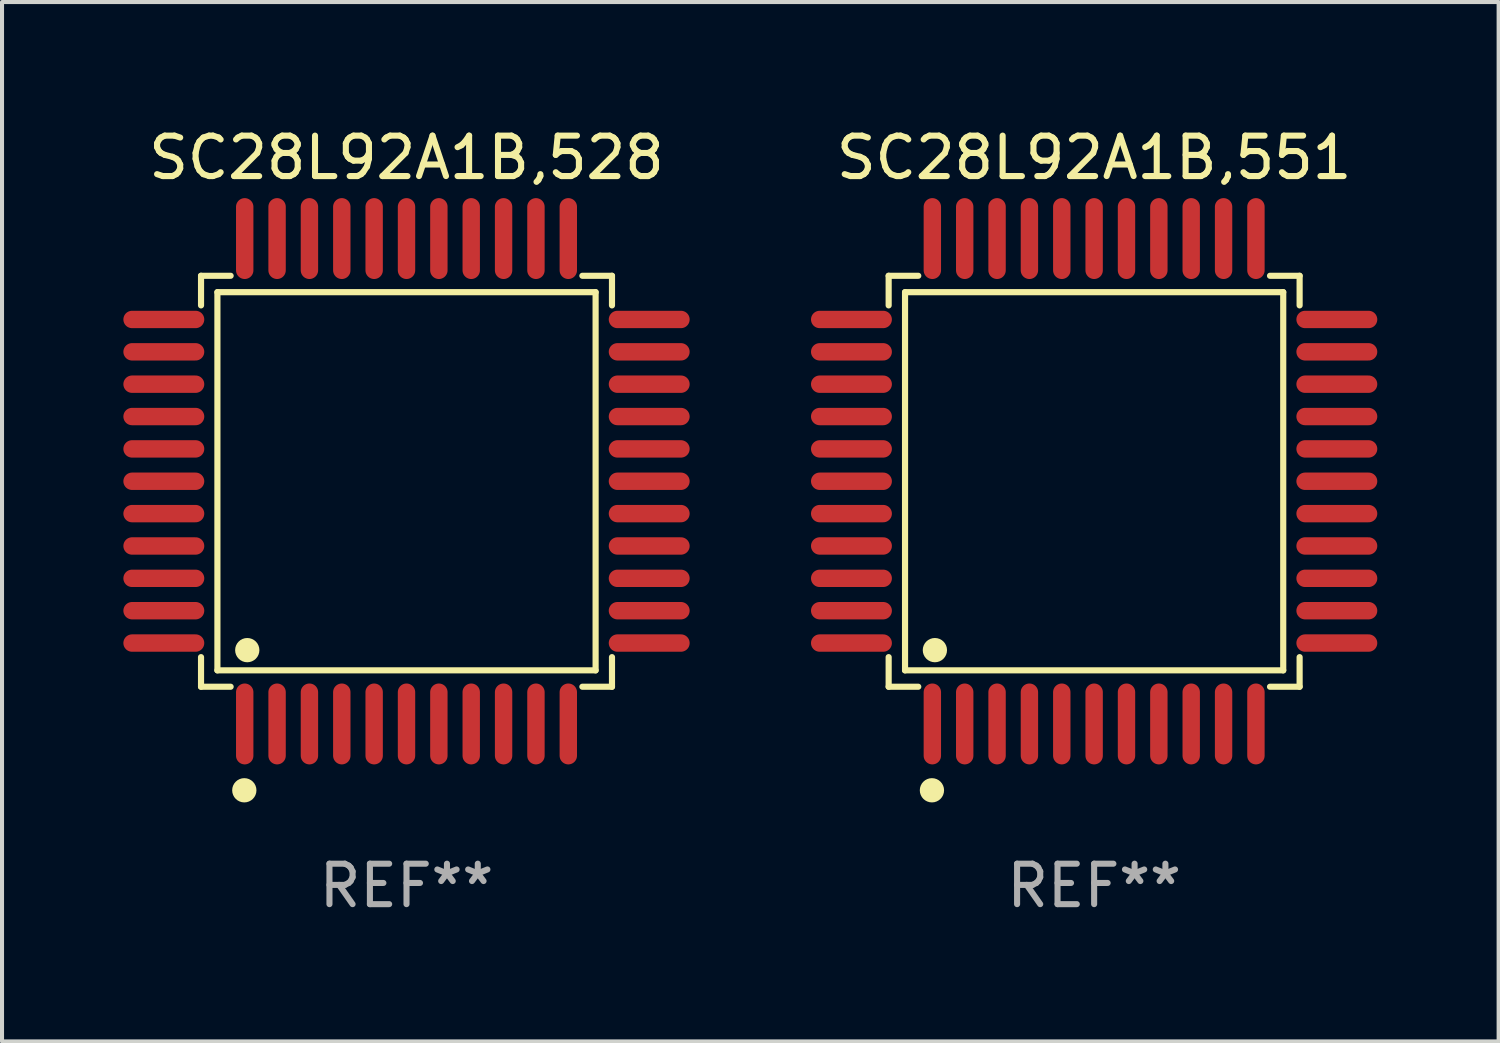
<source format=kicad_pcb>
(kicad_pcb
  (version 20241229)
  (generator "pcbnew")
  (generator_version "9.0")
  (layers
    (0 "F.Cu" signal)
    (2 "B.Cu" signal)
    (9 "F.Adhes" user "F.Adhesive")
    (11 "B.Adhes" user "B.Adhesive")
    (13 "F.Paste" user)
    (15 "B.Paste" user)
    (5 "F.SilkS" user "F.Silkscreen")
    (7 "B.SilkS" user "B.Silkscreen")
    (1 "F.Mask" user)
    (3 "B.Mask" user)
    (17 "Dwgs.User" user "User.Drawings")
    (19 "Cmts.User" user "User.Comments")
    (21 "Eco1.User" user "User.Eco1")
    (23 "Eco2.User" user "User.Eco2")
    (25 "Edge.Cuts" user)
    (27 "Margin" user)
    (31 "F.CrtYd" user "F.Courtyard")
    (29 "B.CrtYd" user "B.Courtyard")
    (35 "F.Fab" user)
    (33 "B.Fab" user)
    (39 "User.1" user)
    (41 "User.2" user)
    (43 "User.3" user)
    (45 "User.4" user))
  (footprint "SC28L92A1B,528"
    (layer "F.Cu")
    (at 7 8.848)
    (property "Reference" "SC28L92A1B,528" (at 0 -8 0) (layer "F.SilkS") (effects (font (size 1 1) (thickness 0.15))))
    (attr through_hole)
    (fp_line (start -5.08 -5.08) (end -4.348 -5.08) (stroke (width 0.152) (type solid)) (layer "F.SilkS"))
    (fp_line (start -5.08 -4.348) (end -5.08 -5.08) (stroke (width 0.152) (type solid)) (layer "F.SilkS"))
    (fp_line (start -5.08 4.348) (end -5.08 5.08) (stroke (width 0.152) (type solid)) (layer "F.SilkS"))
    (fp_line (start -5.08 5.08) (end -4.348 5.08) (stroke (width 0.152) (type solid)) (layer "F.SilkS"))
    (fp_line (start -4.675 -4.675) (end 4.675 -4.675) (stroke (width 0.152) (type solid)) (layer "F.SilkS"))
    (fp_line (start -4.675 4.675) (end -4.675 -4.675) (stroke (width 0.152) (type solid)) (layer "F.SilkS"))
    (fp_line (start 4.675 -4.675) (end 4.675 4.675) (stroke (width 0.152) (type solid)) (layer "F.SilkS"))
    (fp_line (start 4.675 4.675) (end -4.675 4.675) (stroke (width 0.152) (type solid)) (layer "F.SilkS"))
    (fp_line (start 5.08 -5.08) (end 4.348 -5.08) (stroke (width 0.152) (type solid)) (layer "F.SilkS"))
    (fp_line (start 5.08 -4.348) (end 5.08 -5.08) (stroke (width 0.152) (type solid)) (layer "F.SilkS"))
    (fp_line (start 5.08 4.348) (end 5.08 5.08) (stroke (width 0.152) (type solid)) (layer "F.SilkS"))
    (fp_line (start 5.08 5.08) (end 4.348 5.08) (stroke (width 0.152) (type solid)) (layer "F.SilkS"))
    (fp_circle (center -4.01 7.64) (end -3.86 7.64) (stroke (width 0.3) (type solid)) (fill no) (layer "F.SilkS"))
    (fp_circle (center -3.937 4.175) (end -3.787 4.175) (stroke (width 0.3) (type solid)) (fill no) (layer "F.SilkS"))
    (fp_text user "REF**" (at 0 10 0) (layer "F.Fab") (effects (font (size 1 1) (thickness 0.15))))
    (pad "1" smd oval (at -4 6) (size 0.43 2) (layers "F.Cu" "F.Mask" "F.Paste"))
    (pad "2" smd oval (at -3.2 6) (size 0.43 2) (layers "F.Cu" "F.Mask" "F.Paste"))
    (pad "3" smd oval (at -2.4 6) (size 0.43 2) (layers "F.Cu" "F.Mask" "F.Paste"))
    (pad "4" smd oval (at -1.6 6) (size 0.43 2) (layers "F.Cu" "F.Mask" "F.Paste"))
    (pad "5" smd oval (at -0.8 6) (size 0.43 2) (layers "F.Cu" "F.Mask" "F.Paste"))
    (pad "6" smd oval (at 0 6) (size 0.43 2) (layers "F.Cu" "F.Mask" "F.Paste"))
    (pad "7" smd oval (at 0.8 6) (size 0.43 2) (layers "F.Cu" "F.Mask" "F.Paste"))
    (pad "8" smd oval (at 1.6 6) (size 0.43 2) (layers "F.Cu" "F.Mask" "F.Paste"))
    (pad "9" smd oval (at 2.4 6) (size 0.43 2) (layers "F.Cu" "F.Mask" "F.Paste"))
    (pad "10" smd oval (at 3.2 6) (size 0.43 2) (layers "F.Cu" "F.Mask" "F.Paste"))
    (pad "11" smd oval (at 4 6) (size 0.43 2) (layers "F.Cu" "F.Mask" "F.Paste"))
    (pad "12" smd oval (at 6 4) (size 2 0.43) (layers "F.Cu" "F.Mask" "F.Paste"))
    (pad "13" smd oval (at 6 3.2) (size 2 0.43) (layers "F.Cu" "F.Mask" "F.Paste"))
    (pad "14" smd oval (at 6 2.4) (size 2 0.43) (layers "F.Cu" "F.Mask" "F.Paste"))
    (pad "15" smd oval (at 6 1.6) (size 2 0.43) (layers "F.Cu" "F.Mask" "F.Paste"))
    (pad "16" smd oval (at 6 0.8) (size 2 0.43) (layers "F.Cu" "F.Mask" "F.Paste"))
    (pad "17" smd oval (at 6 0) (size 2 0.43) (layers "F.Cu" "F.Mask" "F.Paste"))
    (pad "18" smd oval (at 6 -0.8) (size 2 0.43) (layers "F.Cu" "F.Mask" "F.Paste"))
    (pad "19" smd oval (at 6 -1.6) (size 2 0.43) (layers "F.Cu" "F.Mask" "F.Paste"))
    (pad "20" smd oval (at 6 -2.4) (size 2 0.43) (layers "F.Cu" "F.Mask" "F.Paste"))
    (pad "21" smd oval (at 6 -3.2) (size 2 0.43) (layers "F.Cu" "F.Mask" "F.Paste"))
    (pad "22" smd oval (at 6 -4) (size 2 0.43) (layers "F.Cu" "F.Mask" "F.Paste"))
    (pad "23" smd oval (at 4 -6) (size 0.43 2) (layers "F.Cu" "F.Mask" "F.Paste"))
    (pad "24" smd oval (at 3.2 -6) (size 0.43 2) (layers "F.Cu" "F.Mask" "F.Paste"))
    (pad "25" smd oval (at 2.4 -6) (size 0.43 2) (layers "F.Cu" "F.Mask" "F.Paste"))
    (pad "26" smd oval (at 1.6 -6) (size 0.43 2) (layers "F.Cu" "F.Mask" "F.Paste"))
    (pad "27" smd oval (at 0.8 -6) (size 0.43 2) (layers "F.Cu" "F.Mask" "F.Paste"))
    (pad "28" smd oval (at 0 -6) (size 0.43 2) (layers "F.Cu" "F.Mask" "F.Paste"))
    (pad "29" smd oval (at -0.8 -6) (size 0.43 2) (layers "F.Cu" "F.Mask" "F.Paste"))
    (pad "30" smd oval (at -1.6 -6) (size 0.43 2) (layers "F.Cu" "F.Mask" "F.Paste"))
    (pad "31" smd oval (at -2.4 -6) (size 0.43 2) (layers "F.Cu" "F.Mask" "F.Paste"))
    (pad "32" smd oval (at -3.2 -6) (size 0.43 2) (layers "F.Cu" "F.Mask" "F.Paste"))
    (pad "33" smd oval (at -4 -6) (size 0.43 2) (layers "F.Cu" "F.Mask" "F.Paste"))
    (pad "34" smd oval (at -6 -4) (size 2 0.43) (layers "F.Cu" "F.Mask" "F.Paste"))
    (pad "35" smd oval (at -6 -3.2) (size 2 0.43) (layers "F.Cu" "F.Mask" "F.Paste"))
    (pad "36" smd oval (at -6 -2.4) (size 2 0.43) (layers "F.Cu" "F.Mask" "F.Paste"))
    (pad "37" smd oval (at -6 -1.6) (size 2 0.43) (layers "F.Cu" "F.Mask" "F.Paste"))
    (pad "38" smd oval (at -6 -0.8) (size 2 0.43) (layers "F.Cu" "F.Mask" "F.Paste"))
    (pad "39" smd oval (at -6 0) (size 2 0.43) (layers "F.Cu" "F.Mask" "F.Paste"))
    (pad "40" smd oval (at -6 0.8) (size 2 0.43) (layers "F.Cu" "F.Mask" "F.Paste"))
    (pad "41" smd oval (at -6 1.6) (size 2 0.43) (layers "F.Cu" "F.Mask" "F.Paste"))
    (pad "42" smd oval (at -6 2.4) (size 2 0.43) (layers "F.Cu" "F.Mask" "F.Paste"))
    (pad "43" smd oval (at -6 3.2) (size 2 0.43) (layers "F.Cu" "F.Mask" "F.Paste"))
    (pad "44" smd oval (at -6 4) (size 2 0.43) (layers "F.Cu" "F.Mask" "F.Paste")))
  (footprint "SC28L92A1B,551"
    (layer "F.Cu")
    (at 24 8.848)
    (property "Reference" "SC28L92A1B,551" (at 0 -8 0) (layer "F.SilkS") (effects (font (size 1 1) (thickness 0.15))))
    (attr through_hole)
    (fp_line (start -5.08 -5.08) (end -4.348 -5.08) (stroke (width 0.152) (type solid)) (layer "F.SilkS"))
    (fp_line (start -5.08 -4.348) (end -5.08 -5.08) (stroke (width 0.152) (type solid)) (layer "F.SilkS"))
    (fp_line (start -5.08 4.348) (end -5.08 5.08) (stroke (width 0.152) (type solid)) (layer "F.SilkS"))
    (fp_line (start -5.08 5.08) (end -4.348 5.08) (stroke (width 0.152) (type solid)) (layer "F.SilkS"))
    (fp_line (start -4.675 -4.675) (end 4.675 -4.675) (stroke (width 0.152) (type solid)) (layer "F.SilkS"))
    (fp_line (start -4.675 4.675) (end -4.675 -4.675) (stroke (width 0.152) (type solid)) (layer "F.SilkS"))
    (fp_line (start 4.675 -4.675) (end 4.675 4.675) (stroke (width 0.152) (type solid)) (layer "F.SilkS"))
    (fp_line (start 4.675 4.675) (end -4.675 4.675) (stroke (width 0.152) (type solid)) (layer "F.SilkS"))
    (fp_line (start 5.08 -5.08) (end 4.348 -5.08) (stroke (width 0.152) (type solid)) (layer "F.SilkS"))
    (fp_line (start 5.08 -4.348) (end 5.08 -5.08) (stroke (width 0.152) (type solid)) (layer "F.SilkS"))
    (fp_line (start 5.08 4.348) (end 5.08 5.08) (stroke (width 0.152) (type solid)) (layer "F.SilkS"))
    (fp_line (start 5.08 5.08) (end 4.348 5.08) (stroke (width 0.152) (type solid)) (layer "F.SilkS"))
    (fp_circle (center -4.01 7.64) (end -3.86 7.64) (stroke (width 0.3) (type solid)) (fill no) (layer "F.SilkS"))
    (fp_circle (center -3.937 4.175) (end -3.787 4.175) (stroke (width 0.3) (type solid)) (fill no) (layer "F.SilkS"))
    (fp_text user "REF**" (at 0 10 0) (layer "F.Fab") (effects (font (size 1 1) (thickness 0.15))))
    (pad "1" smd oval (at -4 6) (size 0.43 2) (layers "F.Cu" "F.Mask" "F.Paste"))
    (pad "2" smd oval (at -3.2 6) (size 0.43 2) (layers "F.Cu" "F.Mask" "F.Paste"))
    (pad "3" smd oval (at -2.4 6) (size 0.43 2) (layers "F.Cu" "F.Mask" "F.Paste"))
    (pad "4" smd oval (at -1.6 6) (size 0.43 2) (layers "F.Cu" "F.Mask" "F.Paste"))
    (pad "5" smd oval (at -0.8 6) (size 0.43 2) (layers "F.Cu" "F.Mask" "F.Paste"))
    (pad "6" smd oval (at 0 6) (size 0.43 2) (layers "F.Cu" "F.Mask" "F.Paste"))
    (pad "7" smd oval (at 0.8 6) (size 0.43 2) (layers "F.Cu" "F.Mask" "F.Paste"))
    (pad "8" smd oval (at 1.6 6) (size 0.43 2) (layers "F.Cu" "F.Mask" "F.Paste"))
    (pad "9" smd oval (at 2.4 6) (size 0.43 2) (layers "F.Cu" "F.Mask" "F.Paste"))
    (pad "10" smd oval (at 3.2 6) (size 0.43 2) (layers "F.Cu" "F.Mask" "F.Paste"))
    (pad "11" smd oval (at 4 6) (size 0.43 2) (layers "F.Cu" "F.Mask" "F.Paste"))
    (pad "12" smd oval (at 6 4) (size 2 0.43) (layers "F.Cu" "F.Mask" "F.Paste"))
    (pad "13" smd oval (at 6 3.2) (size 2 0.43) (layers "F.Cu" "F.Mask" "F.Paste"))
    (pad "14" smd oval (at 6 2.4) (size 2 0.43) (layers "F.Cu" "F.Mask" "F.Paste"))
    (pad "15" smd oval (at 6 1.6) (size 2 0.43) (layers "F.Cu" "F.Mask" "F.Paste"))
    (pad "16" smd oval (at 6 0.8) (size 2 0.43) (layers "F.Cu" "F.Mask" "F.Paste"))
    (pad "17" smd oval (at 6 0) (size 2 0.43) (layers "F.Cu" "F.Mask" "F.Paste"))
    (pad "18" smd oval (at 6 -0.8) (size 2 0.43) (layers "F.Cu" "F.Mask" "F.Paste"))
    (pad "19" smd oval (at 6 -1.6) (size 2 0.43) (layers "F.Cu" "F.Mask" "F.Paste"))
    (pad "20" smd oval (at 6 -2.4) (size 2 0.43) (layers "F.Cu" "F.Mask" "F.Paste"))
    (pad "21" smd oval (at 6 -3.2) (size 2 0.43) (layers "F.Cu" "F.Mask" "F.Paste"))
    (pad "22" smd oval (at 6 -4) (size 2 0.43) (layers "F.Cu" "F.Mask" "F.Paste"))
    (pad "23" smd oval (at 4 -6) (size 0.43 2) (layers "F.Cu" "F.Mask" "F.Paste"))
    (pad "24" smd oval (at 3.2 -6) (size 0.43 2) (layers "F.Cu" "F.Mask" "F.Paste"))
    (pad "25" smd oval (at 2.4 -6) (size 0.43 2) (layers "F.Cu" "F.Mask" "F.Paste"))
    (pad "26" smd oval (at 1.6 -6) (size 0.43 2) (layers "F.Cu" "F.Mask" "F.Paste"))
    (pad "27" smd oval (at 0.8 -6) (size 0.43 2) (layers "F.Cu" "F.Mask" "F.Paste"))
    (pad "28" smd oval (at 0 -6) (size 0.43 2) (layers "F.Cu" "F.Mask" "F.Paste"))
    (pad "29" smd oval (at -0.8 -6) (size 0.43 2) (layers "F.Cu" "F.Mask" "F.Paste"))
    (pad "30" smd oval (at -1.6 -6) (size 0.43 2) (layers "F.Cu" "F.Mask" "F.Paste"))
    (pad "31" smd oval (at -2.4 -6) (size 0.43 2) (layers "F.Cu" "F.Mask" "F.Paste"))
    (pad "32" smd oval (at -3.2 -6) (size 0.43 2) (layers "F.Cu" "F.Mask" "F.Paste"))
    (pad "33" smd oval (at -4 -6) (size 0.43 2) (layers "F.Cu" "F.Mask" "F.Paste"))
    (pad "34" smd oval (at -6 -4) (size 2 0.43) (layers "F.Cu" "F.Mask" "F.Paste"))
    (pad "35" smd oval (at -6 -3.2) (size 2 0.43) (layers "F.Cu" "F.Mask" "F.Paste"))
    (pad "36" smd oval (at -6 -2.4) (size 2 0.43) (layers "F.Cu" "F.Mask" "F.Paste"))
    (pad "37" smd oval (at -6 -1.6) (size 2 0.43) (layers "F.Cu" "F.Mask" "F.Paste"))
    (pad "38" smd oval (at -6 -0.8) (size 2 0.43) (layers "F.Cu" "F.Mask" "F.Paste"))
    (pad "39" smd oval (at -6 0) (size 2 0.43) (layers "F.Cu" "F.Mask" "F.Paste"))
    (pad "40" smd oval (at -6 0.8) (size 2 0.43) (layers "F.Cu" "F.Mask" "F.Paste"))
    (pad "41" smd oval (at -6 1.6) (size 2 0.43) (layers "F.Cu" "F.Mask" "F.Paste"))
    (pad "42" smd oval (at -6 2.4) (size 2 0.43) (layers "F.Cu" "F.Mask" "F.Paste"))
    (pad "43" smd oval (at -6 3.2) (size 2 0.43) (layers "F.Cu" "F.Mask" "F.Paste"))
    (pad "44" smd oval (at -6 4) (size 2 0.43) (layers "F.Cu" "F.Mask" "F.Paste")))
  (gr_rect
    (start -3 -3)
    (end 34 22.697)
    (stroke (width 0.1) (type default))
    (fill no)
    (layer "Edge.Cuts")))
</source>
